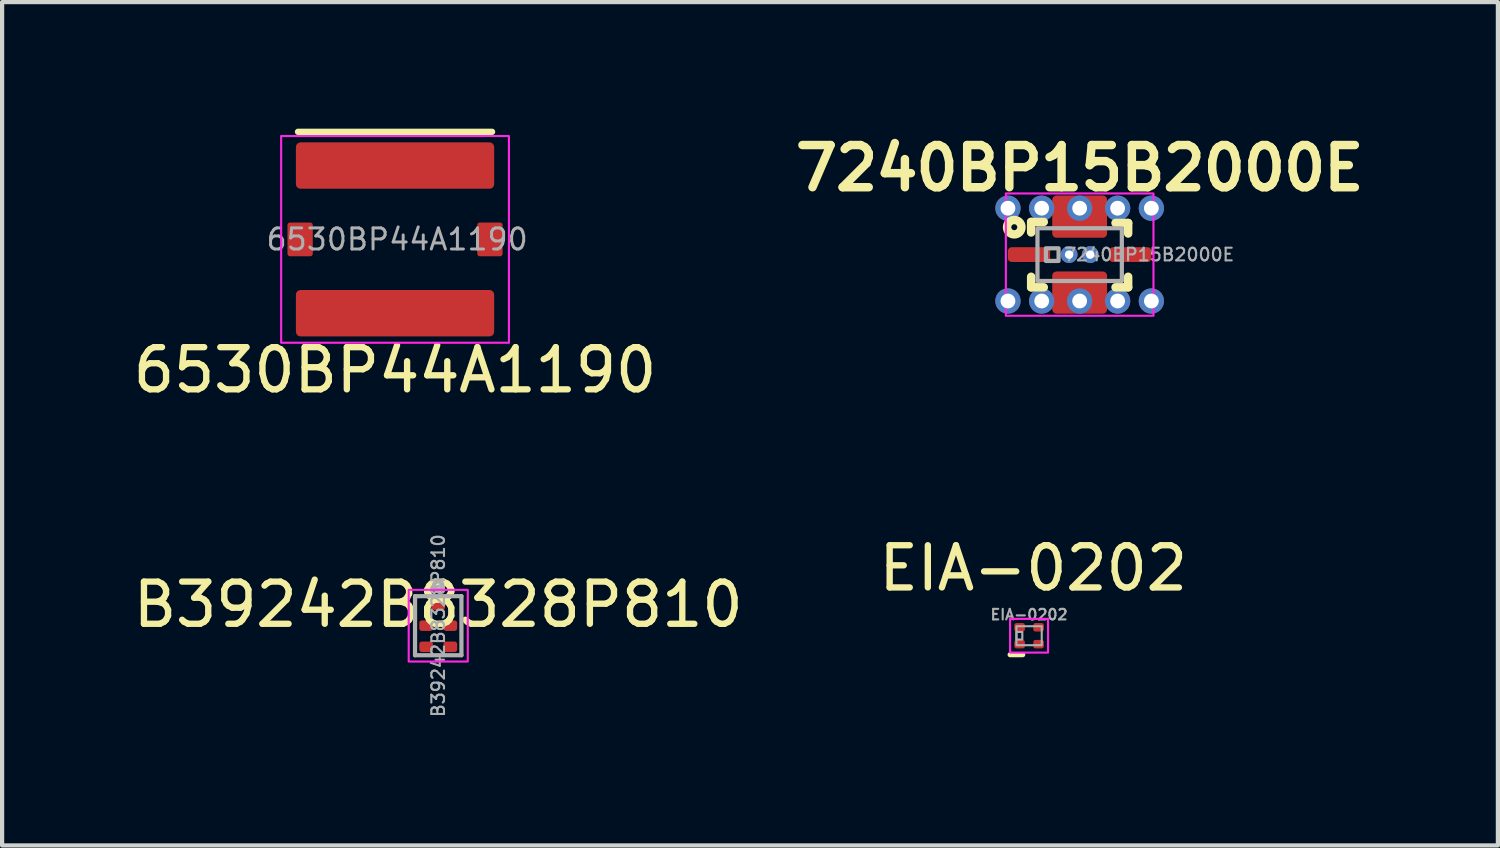
<source format=kicad_pcb>
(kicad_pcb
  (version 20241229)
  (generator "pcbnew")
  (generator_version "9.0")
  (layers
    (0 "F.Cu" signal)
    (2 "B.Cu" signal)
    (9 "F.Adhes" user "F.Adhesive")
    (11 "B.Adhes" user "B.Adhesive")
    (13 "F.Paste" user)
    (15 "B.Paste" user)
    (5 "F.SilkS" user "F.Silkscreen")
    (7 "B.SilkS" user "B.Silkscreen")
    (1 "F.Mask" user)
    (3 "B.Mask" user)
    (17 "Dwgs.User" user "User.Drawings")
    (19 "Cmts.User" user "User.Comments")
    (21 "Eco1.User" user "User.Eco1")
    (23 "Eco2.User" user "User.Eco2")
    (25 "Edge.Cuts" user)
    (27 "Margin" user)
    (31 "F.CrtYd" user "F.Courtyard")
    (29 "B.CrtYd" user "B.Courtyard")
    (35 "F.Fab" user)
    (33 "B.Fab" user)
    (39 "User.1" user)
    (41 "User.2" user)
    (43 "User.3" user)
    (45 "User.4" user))
  (footprint "7240BP15B2000E"
    (layer "F.Cu")
    (at 22.545 2.986)
    (property "Reference" "7240BP15B2000E" (at 0 -2.05 0) (unlocked yes) (layer "F.SilkS") (effects (font (size 1 1) (thickness 0.2) (bold yes))))
    (attr smd)
    (fp_line (start -1.15 -0.775) (end -1.15 -0.525) (stroke (width 0.2) (type default)) (layer "F.SilkS"))
    (fp_line (start -1.15 -0.775) (end -0.85 -0.775) (stroke (width 0.2) (type default)) (layer "F.SilkS"))
    (fp_line (start -1.15 0.775) (end -1.15 0.525) (stroke (width 0.2) (type default)) (layer "F.SilkS"))
    (fp_line (start -0.85 0.775) (end -1.15 0.775) (stroke (width 0.2) (type default)) (layer "F.SilkS"))
    (fp_line (start 0.85 -0.75) (end 1.15 -0.75) (stroke (width 0.2) (type default)) (layer "F.SilkS"))
    (fp_line (start 1.15 -0.75) (end 1.15 -0.5) (stroke (width 0.2) (type default)) (layer "F.SilkS"))
    (fp_line (start 1.15 0.775) (end 0.85 0.775) (stroke (width 0.2) (type default)) (layer "F.SilkS"))
    (fp_line (start 1.15 0.775) (end 1.15 0.525) (stroke (width 0.2) (type default)) (layer "F.SilkS"))
    (fp_circle (center -1.55 -0.65) (end -1.5 -0.6) (stroke (width 0.2) (type default)) (fill no) (layer "F.SilkS"))
    (fp_rect (start -1.75 -1.45) (end 1.75 1.45) (stroke (width 0.05) (type default)) (fill no) (layer "F.CrtYd"))
    (fp_rect (start -1 -0.625) (end 1 0.625) (stroke (width 0.1) (type default)) (fill no) (layer "F.Fab"))
    (fp_rect (start -0.8 -0.15) (end -0.5 0.15) (stroke (width 0.1) (type solid)) (fill no) (layer "F.Fab"))
    (fp_text user "${REFERENCE}" (at -0.4 0 0) (unlocked yes) (layer "F.Fab") (effects (font (size 0.3 0.3) (thickness 0.05) (bold yes)) (justify left)))
    (pad "1" thru_hole circle (at -1.7 -1.1) (size 0.6 0.6) (drill 0.35) (layers "*.Cu"))
    (pad "1" thru_hole circle (at -0.9 -1.1) (size 0.6 0.6) (drill 0.35) (layers "*.Cu"))
    (pad "1" thru_hole circle (at -0.25 0) (size 0.4 0.4) (drill 0.2) (layers "*.Cu"))
    (pad "1" thru_hole circle (at 0 -1.1) (size 0.6 0.6) (drill 0.35) (layers "*.Cu"))
    (pad "1" smd roundrect (at 0 -0.9) (size 1.3 1) (layers "F.Cu" "F.Mask" "F.Paste") (roundrect_rratio 0.1))
    (pad "1" thru_hole circle (at 0.25 0) (size 0.4 0.4) (drill 0.2) (layers "*.Cu"))
    (pad "1" thru_hole circle (at 0.9 -1.1) (size 0.6 0.6) (drill 0.35) (layers "*.Cu"))
    (pad "1" thru_hole circle (at 1.7 -1.1) (size 0.6 0.6) (drill 0.35) (layers "*.Cu"))
    (pad "2" smd roundrect (at 1.2 0) (size 1 0.35) (layers "F.Cu" "F.Mask" "F.Paste") (roundrect_rratio 0.25))
    (pad "3" thru_hole circle (at -1.7 1.1) (size 0.6 0.6) (drill 0.35) (layers "*.Cu"))
    (pad "3" thru_hole circle (at -0.9 1.1) (size 0.6 0.6) (drill 0.35) (layers "*.Cu"))
    (pad "3" smd roundrect (at 0 0.9) (size 1.3 1) (layers "F.Cu" "F.Mask" "F.Paste") (roundrect_rratio 0.1))
    (pad "3" thru_hole circle (at 0 1.1) (size 0.6 0.6) (drill 0.35) (layers "*.Cu"))
    (pad "3" thru_hole circle (at 0.9 1.1) (size 0.6 0.6) (drill 0.35) (layers "*.Cu"))
    (pad "3" thru_hole circle (at 1.7 1.1) (size 0.6 0.6) (drill 0.35) (layers "*.Cu"))
    (pad "4" smd roundrect (at -1.2 0) (size 1 0.35) (layers "F.Cu" "F.Mask" "F.Paste") (roundrect_rratio 0.25)))
  (footprint "B39242B8328P810"
    (layer "F.Cu")
    (at 7.339 11.783)
    (property "Reference" "B39242B8328P810" (at 0 -0.5 0) (unlocked yes) (layer "F.SilkS") (effects (font (size 1 1) (thickness 0.15))))
    (attr smd)
    (fp_circle (center 0 -0.95) (end 0.1 -0.95) (stroke (width 0.12) (type solid)) (fill yes) (layer "F.SilkS"))
    (fp_rect (start -0.7 -0.85) (end 0.7 0.85) (stroke (width 0.05) (type solid)) (fill no) (layer "F.CrtYd"))
    (fp_line (start -0.55 -0.7) (end -0.55 0.7) (stroke (width 0.1) (type solid)) (layer "F.Fab"))
    (fp_line (start -0.55 0.7) (end 0.55 0.7) (stroke (width 0.1) (type solid)) (layer "F.Fab"))
    (fp_line (start 0.55 -0.7) (end -0.55 -0.7) (stroke (width 0.1) (type solid)) (layer "F.Fab"))
    (fp_line (start 0.55 0.7) (end 0.55 -0.7) (stroke (width 0.1) (type solid)) (layer "F.Fab"))
    (fp_circle (center 0 -0.95) (end 0.1 -0.95) (stroke (width 0.1) (type solid)) (fill no) (layer "F.Fab"))
    (fp_text user "${REFERENCE}" (at 0 0 90) (unlocked yes) (layer "F.Fab") (effects (font (size 0.3 0.3) (thickness 0.05))))
    (pad "1" smd roundrect (at 0 -0.5) (size 0.325 0.25) (layers "F.Cu" "F.Mask" "F.Paste") (roundrect_rratio 0.25))
    (pad "2" smd roundrect (at -0.287 0) (size 0.325 0.25) (layers "F.Cu" "F.Mask" "F.Paste") (roundrect_rratio 0.25))
    (pad "3" smd roundrect (at -0.287 0.5) (size 0.325 0.25) (layers "F.Cu" "F.Mask" "F.Paste") (roundrect_rratio 0.25))
    (pad "4" smd roundrect (at 0.287 0.5) (size 0.325 0.25) (layers "F.Cu" "F.Mask" "F.Paste") (roundrect_rratio 0.25))
    (pad "5" smd roundrect (at 0.287 0) (size 0.325 0.25) (layers "F.Cu" "F.Mask" "F.Paste") (roundrect_rratio 0.25)))
  (footprint "EIA-0202"
    (layer "F.Cu")
    (at 21.346 12.021)
    (property "Reference" "EIA-0202" (at 0.1 -1.6 0) (unlocked yes) (layer "F.SilkS") (effects (font (size 1 1) (thickness 0.15))))
    (attr smd)
    (fp_line (start -0.15 0.45) (end -0.45 0.45) (stroke (width 0.12) (type solid)) (layer "F.SilkS"))
    (fp_rect (start -0.45 -0.4) (end 0.45 0.4) (stroke (width 0.05) (type solid)) (fill no) (layer "F.CrtYd"))
    (fp_rect (start -0.3 -0.225) (end 0.3 0.225) (stroke (width 0.05) (type solid)) (fill no) (layer "F.Fab"))
    (fp_rect (start -0.3 -0.09) (end -0.16 0.09) (stroke (width 0.05) (type solid)) (fill no) (layer "F.Fab"))
    (fp_text user "${REFERENCE}" (at 0 -0.5 0) (unlocked yes) (layer "F.Fab") (effects (font (size 0.25 0.25) (thickness 0.05))))
    (pad "1" smd roundrect (at -0.225 0.2) (size 0.25 0.2) (layers "F.Cu" "F.Mask" "F.Paste") (roundrect_rratio 0.25))
    (pad "2" smd roundrect (at 0.225 0.2) (size 0.25 0.2) (layers "F.Cu" "F.Mask" "F.Paste") (roundrect_rratio 0.25))
    (pad "3" smd roundrect (at 0.225 -0.2) (size 0.25 0.2) (layers "F.Cu" "F.Mask" "F.Paste") (roundrect_rratio 0.25))
    (pad "4" smd roundrect (at -0.225 -0.2) (size 0.25 0.2) (layers "F.Cu" "F.Mask" "F.Paste") (roundrect_rratio 0.25)))
  (footprint "6530BP44A1190"
    (layer "F.Cu")
    (at 6.315 2.625)
    (property "Reference" "6530BP44A1190" (at 0 3.1 0) (unlocked yes) (layer "F.SilkS") (effects (font (size 1 1) (thickness 0.15))))
    (attr smd)
    (fp_line (start -2.3 -2.55) (end 2.3 -2.55) (stroke (width 0.15) (type solid)) (layer "F.SilkS"))
    (fp_rect (start -2.7 -2.45) (end 2.7 2.45) (stroke (width 0.05) (type solid)) (fill no) (layer "F.CrtYd"))
    (fp_text user "${REFERENCE}" (at 0.05 0 0) (unlocked yes) (layer "F.Fab") (effects (font (size 0.5 0.5) (thickness 0.07))))
    (pad "1" smd roundrect (at 0 -1.75) (size 4.7 1.1) (layers "F.Cu" "F.Mask" "F.Paste") (roundrect_rratio 0.1))
    (pad "2" smd roundrect (at 2.25 0) (size 0.6 0.8) (layers "F.Cu" "F.Mask" "F.Paste") (roundrect_rratio 0.1))
    (pad "3" smd roundrect (at 0 1.75) (size 4.7 1.1) (layers "F.Cu" "F.Mask" "F.Paste") (roundrect_rratio 0.1))
    (pad "4" smd roundrect (at -2.25 0) (size 0.6 0.8) (layers "F.Cu" "F.Mask" "F.Paste") (roundrect_rratio 0.1)))
  (gr_rect
    (start -3 -3)
    (end 32.46 16.992)
    (stroke (width 0.1) (type default))
    (fill no)
    (layer "Edge.Cuts")))
</source>
